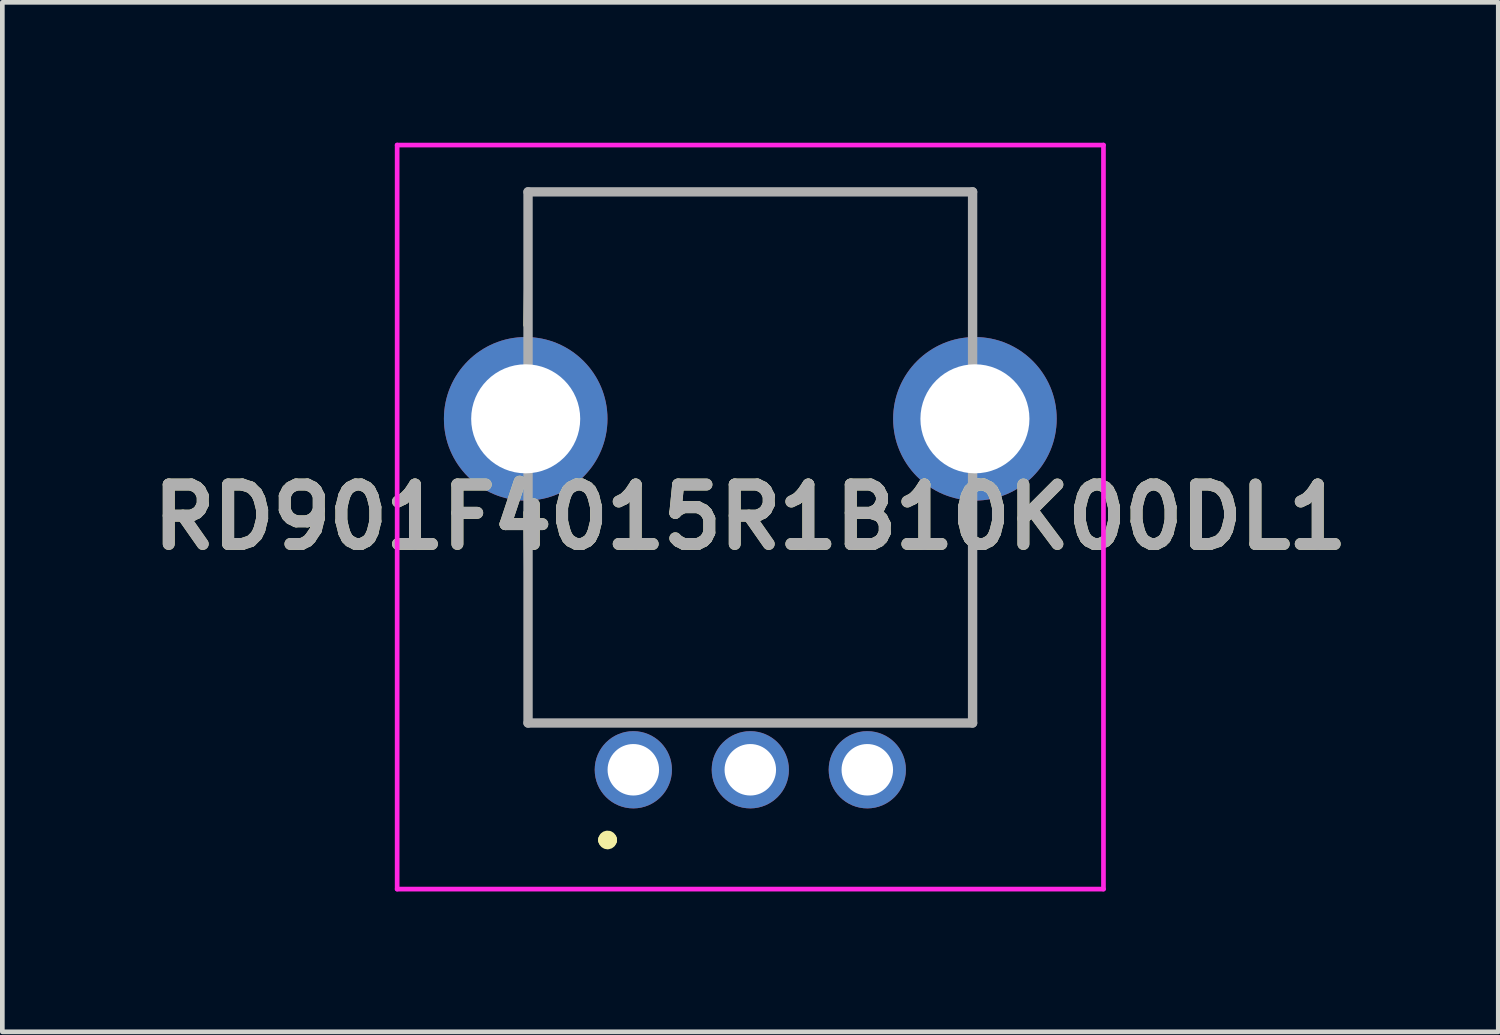
<source format=kicad_pcb>
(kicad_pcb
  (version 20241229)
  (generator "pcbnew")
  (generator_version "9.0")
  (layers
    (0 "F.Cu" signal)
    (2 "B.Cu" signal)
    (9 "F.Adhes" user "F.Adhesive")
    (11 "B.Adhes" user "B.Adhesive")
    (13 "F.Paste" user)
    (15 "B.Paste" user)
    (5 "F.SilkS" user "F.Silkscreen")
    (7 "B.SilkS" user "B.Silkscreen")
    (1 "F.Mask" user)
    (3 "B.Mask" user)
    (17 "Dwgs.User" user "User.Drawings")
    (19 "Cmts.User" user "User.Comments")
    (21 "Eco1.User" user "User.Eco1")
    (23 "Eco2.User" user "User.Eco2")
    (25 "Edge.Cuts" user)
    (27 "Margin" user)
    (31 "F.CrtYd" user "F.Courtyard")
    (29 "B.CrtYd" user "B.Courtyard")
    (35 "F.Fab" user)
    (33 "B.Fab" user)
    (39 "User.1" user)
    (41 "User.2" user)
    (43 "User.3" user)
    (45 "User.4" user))
  (footprint "RD901F4015R1B10K00DL1"
    (layer "F.Cu")
    (at 10.484 13.4)
    (property "Reference" "RD901F4015R1B10K00DL1" (at 2.5 -5.4 0) (layer "F.SilkS") (effects (font (size 1.27 1.27) (thickness 0.254))))
    (attr through_hole)
    (fp_line (start -2.3 -9.5) (end -2.25 -12.35) (stroke (width 0.1) (type solid)) (layer "F.SilkS"))
    (fp_line (start -2.3 -5.5) (end -2.25 -1) (stroke (width 0.1) (type solid)) (layer "F.SilkS"))
    (fp_line (start -2.25 -12.35) (end 7.25 -12.35) (stroke (width 0.1) (type solid)) (layer "F.SilkS"))
    (fp_line (start -2.25 -1) (end 7.25 -1) (stroke (width 0.1) (type solid)) (layer "F.SilkS"))
    (fp_line (start -0.6 1.5) (end -0.6 1.5) (stroke (width 0.3) (type solid)) (layer "F.SilkS"))
    (fp_line (start -0.5 1.5) (end -0.5 1.5) (stroke (width 0.3) (type solid)) (layer "F.SilkS"))
    (fp_line (start 7.25 -12.35) (end 7.25 -9.5) (stroke (width 0.1) (type solid)) (layer "F.SilkS"))
    (fp_line (start 7.25 -1) (end 7.25 -5.5) (stroke (width 0.1) (type solid)) (layer "F.SilkS"))
    (fp_arc (start -0.6 1.5) (mid -0.55 1.45) (end -0.5 1.5) (stroke (width 0.3) (type solid)) (layer "F.SilkS"))
    (fp_arc (start -0.5 1.5) (mid -0.55 1.55) (end -0.6 1.5) (stroke (width 0.3) (type solid)) (layer "F.SilkS"))
    (fp_line (start -5.047 -13.35) (end 10.047 -13.35) (stroke (width 0.1) (type solid)) (layer "F.CrtYd"))
    (fp_line (start -5.047 2.55) (end -5.047 -13.35) (stroke (width 0.1) (type solid)) (layer "F.CrtYd"))
    (fp_line (start 10.047 -13.35) (end 10.047 2.55) (stroke (width 0.1) (type solid)) (layer "F.CrtYd"))
    (fp_line (start 10.047 2.55) (end -5.047 2.55) (stroke (width 0.1) (type solid)) (layer "F.CrtYd"))
    (fp_line (start -2.25 -12.35) (end 7.25 -12.35) (stroke (width 0.2) (type solid)) (layer "F.Fab"))
    (fp_line (start -2.25 -1) (end -2.25 -12.35) (stroke (width 0.2) (type solid)) (layer "F.Fab"))
    (fp_line (start 7.25 -12.35) (end 7.25 -1) (stroke (width 0.2) (type solid)) (layer "F.Fab"))
    (fp_line (start 7.25 -1) (end -2.25 -1) (stroke (width 0.2) (type solid)) (layer "F.Fab"))
    (fp_text user "${REFERENCE}" (at 2.5 -5.4 0) (layer "F.Fab") (effects (font (size 1.27 1.27) (thickness 0.254))))
    (pad "1" thru_hole circle (at 0 0) (size 1.65 1.65) (drill 1.1) (layers "*.Cu" "*.Mask"))
    (pad "2" thru_hole circle (at 2.5 0) (size 1.65 1.65) (drill 1.1) (layers "*.Cu" "*.Mask"))
    (pad "3" thru_hole circle (at 5 0) (size 1.65 1.65) (drill 1.1) (layers "*.Cu" "*.Mask"))
    (pad "MH1" thru_hole circle (at -2.3 -7.5) (size 3.495 3.495) (drill 2.33) (layers "*.Cu" "*.Mask"))
    (pad "MH2" thru_hole circle (at 7.3 -7.5) (size 3.495 3.495) (drill 2.33) (layers "*.Cu" "*.Mask")))
  (gr_rect
    (start -3 -3)
    (end 28.968 19)
    (stroke (width 0.1) (type default))
    (fill no)
    (layer "Edge.Cuts")))
</source>
